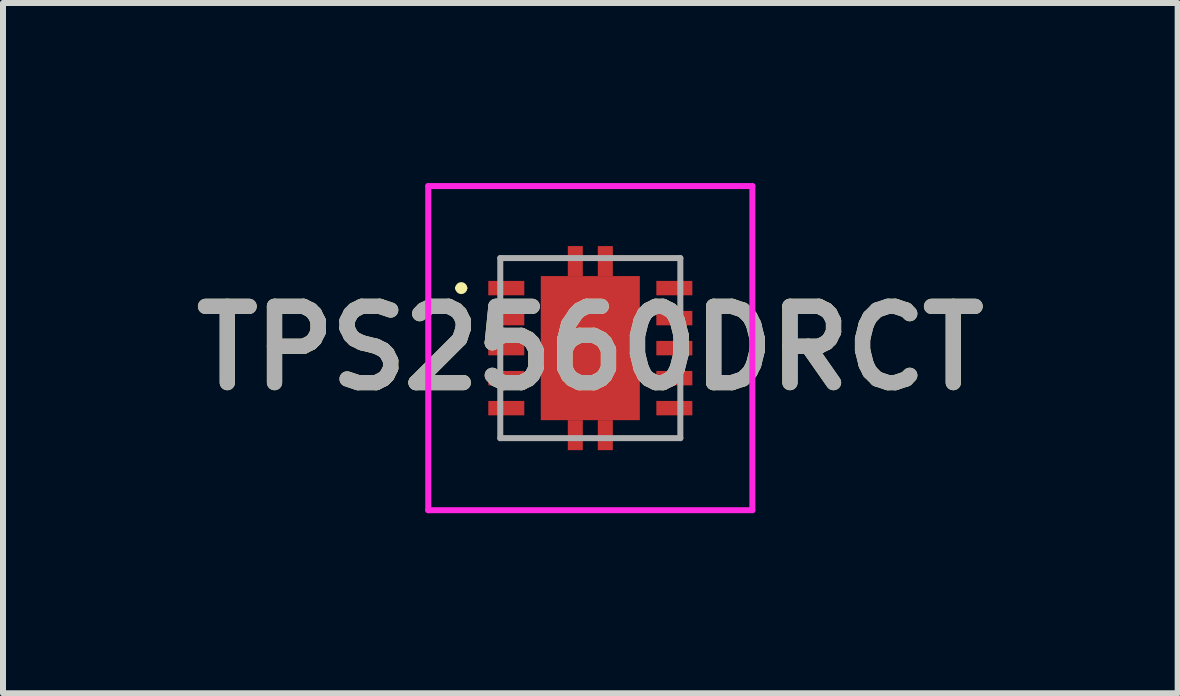
<source format=kicad_pcb>
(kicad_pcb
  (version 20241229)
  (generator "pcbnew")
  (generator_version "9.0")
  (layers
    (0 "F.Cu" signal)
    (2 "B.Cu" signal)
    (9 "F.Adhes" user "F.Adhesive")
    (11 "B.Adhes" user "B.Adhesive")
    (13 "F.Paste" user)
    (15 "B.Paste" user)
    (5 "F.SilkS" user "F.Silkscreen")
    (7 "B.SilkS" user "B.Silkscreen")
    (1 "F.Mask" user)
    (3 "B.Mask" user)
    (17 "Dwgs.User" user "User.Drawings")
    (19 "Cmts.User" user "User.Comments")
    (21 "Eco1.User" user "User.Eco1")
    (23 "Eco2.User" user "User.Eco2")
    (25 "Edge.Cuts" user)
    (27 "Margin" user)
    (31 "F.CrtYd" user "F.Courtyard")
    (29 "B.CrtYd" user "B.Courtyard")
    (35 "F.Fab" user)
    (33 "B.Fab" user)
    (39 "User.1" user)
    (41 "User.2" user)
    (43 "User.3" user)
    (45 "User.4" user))
  (footprint "TPS2560DRCT"
    (layer "F.Cu")
    (at 6.785 2.75)
    (property "Reference" "TPS2560DRCT" (at 0 0 0) (layer "F.SilkS") (effects (font (size 1.27 1.27) (thickness 0.254))))
    (attr smd)
    (fp_line (start -2.2 -1) (end -2.2 -1) (stroke (width 0.1) (type solid)) (layer "F.SilkS"))
    (fp_line (start -2.1 -1) (end -2.1 -1) (stroke (width 0.1) (type solid)) (layer "F.SilkS"))
    (fp_arc (start -2.2 -1) (mid -2.15 -1.05) (end -2.1 -1) (stroke (width 0.1) (type solid)) (layer "F.SilkS"))
    (fp_arc (start -2.1 -1) (mid -2.15 -0.95) (end -2.2 -1) (stroke (width 0.1) (type solid)) (layer "F.SilkS"))
    (fp_line (start -2.7 -2.7) (end 2.7 -2.7) (stroke (width 0.1) (type solid)) (layer "F.CrtYd"))
    (fp_line (start -2.7 2.7) (end -2.7 -2.7) (stroke (width 0.1) (type solid)) (layer "F.CrtYd"))
    (fp_line (start 2.7 -2.7) (end 2.7 2.7) (stroke (width 0.1) (type solid)) (layer "F.CrtYd"))
    (fp_line (start 2.7 2.7) (end -2.7 2.7) (stroke (width 0.1) (type solid)) (layer "F.CrtYd"))
    (fp_line (start -1.5 -1.5) (end 1.5 -1.5) (stroke (width 0.1) (type solid)) (layer "F.Fab"))
    (fp_line (start -1.5 1.5) (end -1.5 -1.5) (stroke (width 0.1) (type solid)) (layer "F.Fab"))
    (fp_line (start 1.5 -1.5) (end 1.5 1.5) (stroke (width 0.1) (type solid)) (layer "F.Fab"))
    (fp_line (start 1.5 1.5) (end -1.5 1.5) (stroke (width 0.1) (type solid)) (layer "F.Fab"))
    (fp_text user "${REFERENCE}" (at 0 0 0) (layer "F.Fab") (effects (font (size 1.27 1.27) (thickness 0.254))))
    (pad "1" smd rect (at -1.4 -1 90) (size 0.24 0.6) (layers "F.Cu" "F.Mask" "F.Paste"))
    (pad "2" smd rect (at -1.4 -0.5 90) (size 0.24 0.6) (layers "F.Cu" "F.Mask" "F.Paste"))
    (pad "3" smd rect (at -1.4 0 90) (size 0.24 0.6) (layers "F.Cu" "F.Mask" "F.Paste"))
    (pad "4" smd rect (at -1.4 0.5 90) (size 0.24 0.6) (layers "F.Cu" "F.Mask" "F.Paste"))
    (pad "5" smd rect (at -1.4 1 90) (size 0.24 0.6) (layers "F.Cu" "F.Mask" "F.Paste"))
    (pad "6" smd rect (at 1.4 1 90) (size 0.24 0.6) (layers "F.Cu" "F.Mask" "F.Paste"))
    (pad "7" smd rect (at 1.4 0.5 90) (size 0.24 0.6) (layers "F.Cu" "F.Mask" "F.Paste"))
    (pad "8" smd rect (at 1.4 0 90) (size 0.24 0.6) (layers "F.Cu" "F.Mask" "F.Paste"))
    (pad "9" smd rect (at 1.4 -0.5 90) (size 0.24 0.6) (layers "F.Cu" "F.Mask" "F.Paste"))
    (pad "10" smd rect (at 1.4 -1 90) (size 0.24 0.6) (layers "F.Cu" "F.Mask" "F.Paste"))
    (pad "11" smd rect (at 0 0) (size 1.65 2.4) (layers "F.Cu" "F.Mask" "F.Paste"))
    (pad "12" smd rect (at -0.25 1.45) (size 0.25 0.5) (layers "F.Cu" "F.Mask" "F.Paste"))
    (pad "13" smd rect (at 0.25 1.45) (size 0.25 0.5) (layers "F.Cu" "F.Mask" "F.Paste"))
    (pad "14" smd rect (at 0.25 -1.45) (size 0.25 0.5) (layers "F.Cu" "F.Mask" "F.Paste"))
    (pad "15" smd rect (at -0.25 -1.45) (size 0.25 0.5) (layers "F.Cu" "F.Mask" "F.Paste")))
  (gr_rect
    (start -3 -3)
    (end 16.571 8.5)
    (stroke (width 0.1) (type default))
    (fill no)
    (layer "Edge.Cuts")))
</source>
